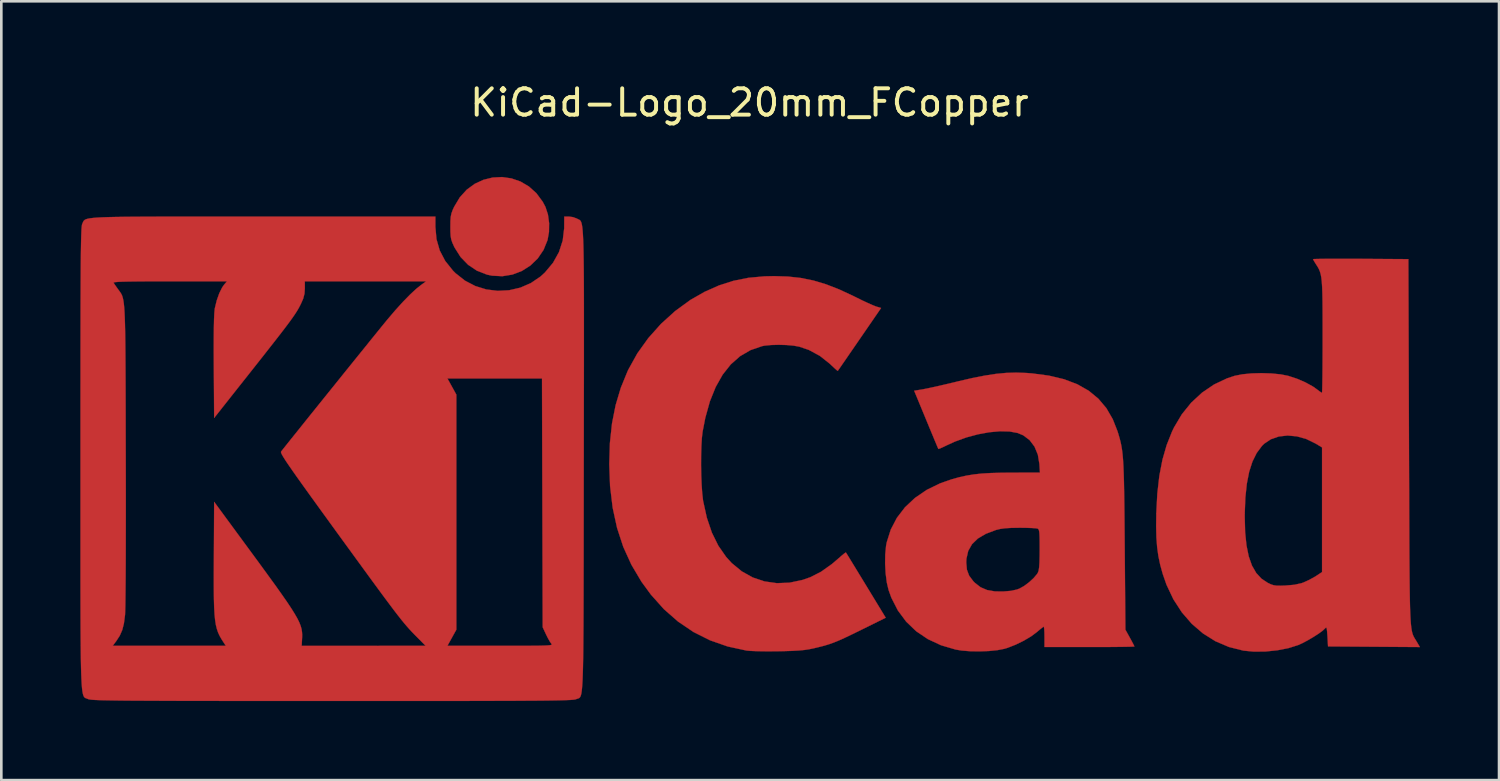
<source format=kicad_pcb>
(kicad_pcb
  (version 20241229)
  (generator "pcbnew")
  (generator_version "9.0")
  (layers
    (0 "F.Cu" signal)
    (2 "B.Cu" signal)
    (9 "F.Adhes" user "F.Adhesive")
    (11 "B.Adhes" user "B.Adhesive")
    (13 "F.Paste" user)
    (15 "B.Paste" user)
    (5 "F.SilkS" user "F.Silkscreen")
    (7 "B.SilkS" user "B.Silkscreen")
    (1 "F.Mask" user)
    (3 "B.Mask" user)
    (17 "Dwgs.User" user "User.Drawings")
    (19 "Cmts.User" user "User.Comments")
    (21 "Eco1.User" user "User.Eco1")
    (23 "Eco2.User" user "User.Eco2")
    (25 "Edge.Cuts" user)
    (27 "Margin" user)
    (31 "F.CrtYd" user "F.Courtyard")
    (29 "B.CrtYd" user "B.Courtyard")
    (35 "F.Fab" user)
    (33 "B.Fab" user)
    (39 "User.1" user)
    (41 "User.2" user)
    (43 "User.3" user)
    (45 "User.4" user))
  (footprint "KiCad-Logo_20mm_FCopper"
    (layer "F.Cu")
    (at 25.405 13.548)
    (property "Reference" "KiCad-Logo_20mm_FCopper" (at 0 -12.7 0) (layer "F.SilkS") (effects (font (size 1 1) (thickness 0.15))))
    (attr exclude_from_pos_files exclude_from_bom)
    (fp_poly (pts (xy -9.038 -9.825) (xy -8.696 -9.707) (xy -8.378 -9.52) (xy -8.094 -9.266) (xy -7.854 -8.943) (xy -7.746 -8.74) (xy -7.653 -8.455) (xy -7.608 -8.127) (xy -7.613 -7.79) (xy -7.668 -7.484) (xy -7.82 -7.11) (xy -8.04 -6.786) (xy -8.318 -6.518) (xy -8.641 -6.312) (xy -8.999 -6.175) (xy -9.381 -6.112) (xy -9.775 -6.132) (xy -9.969 -6.173) (xy -10.347 -6.32) (xy -10.683 -6.545) (xy -10.969 -6.84) (xy -11.196 -7.198) (xy -11.216 -7.238) (xy -11.282 -7.385) (xy -11.324 -7.508) (xy -11.346 -7.639) (xy -11.356 -7.807) (xy -11.357 -7.989) (xy -11.355 -8.208) (xy -11.343 -8.366) (xy -11.317 -8.494) (xy -11.271 -8.622) (xy -11.213 -8.748) (xy -10.999 -9.106) (xy -10.735 -9.397) (xy -10.432 -9.619) (xy -10.101 -9.772) (xy -9.751 -9.858) (xy -9.393 -9.876) (xy -9.038 -9.825)) (stroke (width 0.01) (type solid)) (fill yes) (layer "F.Cu"))
    (fp_poly (pts (xy 1.459 -6.099) (xy 1.95 -6.045) (xy 2.425 -5.949) (xy 2.905 -5.805) (xy 3.408 -5.609) (xy 3.953 -5.355) (xy 4.052 -5.306) (xy 4.277 -5.195) (xy 4.49 -5.095) (xy 4.669 -5.016) (xy 4.793 -4.966) (xy 4.812 -4.96) (xy 4.995 -4.905) (xy 4.177 -3.716) (xy 3.977 -3.425) (xy 3.794 -3.16) (xy 3.635 -2.928) (xy 3.505 -2.74) (xy 3.411 -2.604) (xy 3.359 -2.529) (xy 3.35 -2.517) (xy 3.316 -2.541) (xy 3.231 -2.616) (xy 3.112 -2.727) (xy 3.046 -2.79) (xy 2.671 -3.087) (xy 2.251 -3.314) (xy 1.889 -3.437) (xy 1.672 -3.476) (xy 1.399 -3.5) (xy 1.105 -3.508) (xy 0.819 -3.5) (xy 0.574 -3.476) (xy 0.477 -3.457) (xy 0.037 -3.306) (xy -0.359 -3.075) (xy -0.712 -2.764) (xy -1.02 -2.375) (xy -1.284 -1.907) (xy -1.504 -1.362) (xy -1.678 -0.738) (xy -1.782 -0.205) (xy -1.809 0.031) (xy -1.827 0.335) (xy -1.837 0.686) (xy -1.839 1.062) (xy -1.833 1.442) (xy -1.818 1.802) (xy -1.796 2.122) (xy -1.767 2.38) (xy -1.761 2.42) (xy -1.62 3.06) (xy -1.428 3.626) (xy -1.183 4.122) (xy -0.885 4.549) (xy -0.674 4.78) (xy -0.294 5.093) (xy 0.122 5.325) (xy 0.569 5.475) (xy 1.038 5.542) (xy 1.522 5.523) (xy 2.016 5.418) (xy 2.307 5.316) (xy 2.711 5.111) (xy 3.127 4.816) (xy 3.36 4.617) (xy 3.491 4.502) (xy 3.593 4.418) (xy 3.652 4.377) (xy 3.659 4.376) (xy 3.685 4.417) (xy 3.753 4.527) (xy 3.856 4.696) (xy 3.99 4.915) (xy 4.147 5.173) (xy 4.324 5.462) (xy 4.422 5.623) (xy 5.171 6.854) (xy 4.236 7.316) (xy 3.897 7.482) (xy 3.623 7.613) (xy 3.397 7.715) (xy 3.201 7.795) (xy 3.019 7.86) (xy 2.835 7.916) (xy 2.631 7.968) (xy 2.435 8.015) (xy 2.261 8.051) (xy 2.08 8.078) (xy 1.872 8.098) (xy 1.62 8.112) (xy 1.305 8.122) (xy 1.092 8.126) (xy 0.79 8.129) (xy 0.499 8.128) (xy 0.241 8.122) (xy 0.033 8.113) (xy -0.105 8.101) (xy -0.113 8.1) (xy -0.828 7.945) (xy -1.499 7.711) (xy -2.127 7.396) (xy -2.71 7.002) (xy -3.25 6.529) (xy -3.744 5.976) (xy -4.103 5.485) (xy -4.484 4.842) (xy -4.793 4.163) (xy -5.029 3.443) (xy -5.196 2.675) (xy -5.294 1.855) (xy -5.325 1.023) (xy -5.3 0.218) (xy -5.22 -0.525) (xy -5.083 -1.218) (xy -4.887 -1.874) (xy -4.629 -2.506) (xy -4.598 -2.571) (xy -4.258 -3.183) (xy -3.841 -3.764) (xy -3.358 -4.305) (xy -2.821 -4.791) (xy -2.243 -5.212) (xy -1.703 -5.52) (xy -1.158 -5.762) (xy -0.613 -5.937) (xy -0.044 -6.051) (xy 0.567 -6.107) (xy 0.933 -6.115) (xy 1.459 -6.099)) (stroke (width 0.01) (type solid)) (fill yes) (layer "F.Cu"))
    (fp_poly (pts (xy 22.685 -6.774) (xy 23.072 -6.772) (xy 23.204 -6.772) (xy 25.013 -6.76) (xy 25.036 0.182) (xy 25.039 1.123) (xy 25.042 1.978) (xy 25.044 2.751) (xy 25.047 3.445) (xy 25.049 4.067) (xy 25.052 4.619) (xy 25.056 5.107) (xy 25.06 5.535) (xy 25.065 5.907) (xy 25.071 6.228) (xy 25.078 6.502) (xy 25.087 6.734) (xy 25.097 6.928) (xy 25.109 7.088) (xy 25.123 7.219) (xy 25.139 7.325) (xy 25.157 7.411) (xy 25.178 7.482) (xy 25.201 7.54) (xy 25.227 7.592) (xy 25.255 7.641) (xy 25.287 7.692) (xy 25.322 7.749) (xy 25.329 7.761) (xy 25.45 7.967) (xy 21.963 7.943) (xy 21.941 7.56) (xy 21.928 7.376) (xy 21.915 7.27) (xy 21.898 7.228) (xy 21.871 7.237) (xy 21.849 7.261) (xy 21.754 7.349) (xy 21.598 7.463) (xy 21.403 7.588) (xy 21.192 7.712) (xy 20.987 7.82) (xy 20.83 7.891) (xy 20.46 8.008) (xy 20.037 8.09) (xy 19.59 8.136) (xy 19.152 8.141) (xy 18.753 8.103) (xy 18.746 8.101) (xy 18.2 7.964) (xy 17.689 7.746) (xy 17.218 7.451) (xy 16.791 7.085) (xy 16.415 6.651) (xy 16.092 6.154) (xy 15.83 5.6) (xy 15.687 5.189) (xy 15.592 4.846) (xy 15.522 4.513) (xy 15.475 4.171) (xy 15.447 3.8) (xy 15.437 3.378) (xy 15.442 3.034) (xy 18.801 3.034) (xy 18.816 3.611) (xy 18.867 4.107) (xy 18.953 4.528) (xy 19.076 4.876) (xy 19.238 5.157) (xy 19.44 5.375) (xy 19.674 5.529) (xy 19.796 5.587) (xy 19.901 5.621) (xy 20.019 5.637) (xy 20.177 5.638) (xy 20.347 5.632) (xy 20.682 5.603) (xy 20.947 5.545) (xy 21.03 5.516) (xy 21.22 5.43) (xy 21.421 5.323) (xy 21.508 5.269) (xy 21.736 5.12) (xy 21.736 0.388) (xy 21.485 0.238) (xy 21.136 0.068) (xy 20.779 -0.032) (xy 20.428 -0.064) (xy 20.095 -0.027) (xy 19.794 0.077) (xy 19.538 0.248) (xy 19.455 0.33) (xy 19.255 0.599) (xy 19.094 0.924) (xy 18.969 1.312) (xy 18.88 1.767) (xy 18.824 2.296) (xy 18.801 2.903) (xy 18.801 3.034) (xy 15.442 3.034) (xy 15.443 2.891) (xy 15.482 2.142) (xy 15.559 1.466) (xy 15.677 0.854) (xy 15.838 0.295) (xy 16.043 -0.219) (xy 16.117 -0.372) (xy 16.413 -0.87) (xy 16.77 -1.312) (xy 17.18 -1.691) (xy 17.636 -2.001) (xy 18.128 -2.234) (xy 18.422 -2.331) (xy 18.712 -2.388) (xy 19.06 -2.422) (xy 19.438 -2.432) (xy 19.817 -2.42) (xy 20.166 -2.385) (xy 20.447 -2.33) (xy 20.781 -2.221) (xy 21.105 -2.081) (xy 21.389 -1.925) (xy 21.54 -1.818) (xy 21.644 -1.739) (xy 21.716 -1.691) (xy 21.733 -1.684) (xy 21.738 -1.728) (xy 21.743 -1.854) (xy 21.747 -2.054) (xy 21.751 -2.318) (xy 21.754 -2.637) (xy 21.756 -3.002) (xy 21.758 -3.406) (xy 21.758 -3.816) (xy 21.758 -4.343) (xy 21.757 -4.786) (xy 21.754 -5.156) (xy 21.748 -5.46) (xy 21.739 -5.706) (xy 21.726 -5.905) (xy 21.708 -6.063) (xy 21.684 -6.189) (xy 21.654 -6.292) (xy 21.617 -6.381) (xy 21.572 -6.463) (xy 21.518 -6.548) (xy 21.511 -6.558) (xy 21.442 -6.668) (xy 21.4 -6.743) (xy 21.394 -6.759) (xy 21.438 -6.764) (xy 21.563 -6.768) (xy 21.76 -6.771) (xy 22.019 -6.773) (xy 22.331 -6.774) (xy 22.685 -6.774)) (stroke (width 0.01) (type solid)) (fill yes) (layer "F.Cu"))
    (fp_poly (pts (xy 10.502 -2.439) (xy 10.727 -2.422) (xy 11.372 -2.336) (xy 11.944 -2.2) (xy 12.444 -2.01) (xy 12.876 -1.765) (xy 13.243 -1.463) (xy 13.547 -1.103) (xy 13.791 -0.683) (xy 13.97 -0.228) (xy 14.015 -0.082) (xy 14.054 0.054) (xy 14.088 0.188) (xy 14.117 0.327) (xy 14.142 0.479) (xy 14.163 0.651) (xy 14.18 0.851) (xy 14.194 1.085) (xy 14.205 1.362) (xy 14.215 1.687) (xy 14.222 2.069) (xy 14.229 2.516) (xy 14.235 3.033) (xy 14.24 3.629) (xy 14.244 4.097) (xy 14.27 7.306) (xy 14.441 7.615) (xy 14.522 7.764) (xy 14.582 7.879) (xy 14.611 7.941) (xy 14.612 7.945) (xy 14.568 7.95) (xy 14.443 7.954) (xy 14.247 7.958) (xy 13.99 7.961) (xy 13.681 7.964) (xy 13.331 7.965) (xy 12.95 7.966) (xy 12.905 7.966) (xy 11.198 7.966) (xy 11.198 7.579) (xy 11.195 7.404) (xy 11.187 7.27) (xy 11.176 7.199) (xy 11.171 7.192) (xy 11.126 7.22) (xy 11.033 7.293) (xy 10.912 7.395) (xy 10.909 7.398) (xy 10.689 7.562) (xy 10.41 7.727) (xy 10.105 7.876) (xy 9.805 7.994) (xy 9.673 8.034) (xy 9.41 8.085) (xy 9.087 8.118) (xy 8.735 8.131) (xy 8.381 8.126) (xy 8.057 8.1) (xy 7.829 8.063) (xy 7.272 7.899) (xy 6.771 7.666) (xy 6.328 7.367) (xy 5.948 7.003) (xy 5.633 6.579) (xy 5.386 6.096) (xy 5.28 5.804) (xy 5.213 5.519) (xy 5.169 5.178) (xy 5.148 4.811) (xy 5.149 4.757) (xy 8.228 4.757) (xy 8.253 5.03) (xy 8.338 5.257) (xy 8.495 5.467) (xy 8.556 5.529) (xy 8.77 5.695) (xy 9.018 5.802) (xy 9.315 5.854) (xy 9.628 5.858) (xy 9.925 5.833) (xy 10.152 5.783) (xy 10.251 5.746) (xy 10.428 5.646) (xy 10.617 5.504) (xy 10.789 5.345) (xy 10.917 5.193) (xy 10.951 5.137) (xy 10.977 5.059) (xy 10.996 4.934) (xy 11.008 4.751) (xy 11.014 4.498) (xy 11.016 4.257) (xy 11.015 3.976) (xy 11.011 3.773) (xy 11.004 3.634) (xy 10.991 3.547) (xy 10.972 3.498) (xy 10.945 3.473) (xy 10.936 3.469) (xy 10.863 3.457) (xy 10.718 3.448) (xy 10.521 3.441) (xy 10.292 3.438) (xy 10.242 3.438) (xy 9.936 3.443) (xy 9.699 3.457) (xy 9.511 3.484) (xy 9.356 3.522) (xy 8.97 3.668) (xy 8.668 3.847) (xy 8.447 4.062) (xy 8.303 4.317) (xy 8.235 4.613) (xy 8.228 4.757) (xy 5.149 4.757) (xy 5.153 4.45) (xy 5.184 4.126) (xy 5.208 3.995) (xy 5.361 3.51) (xy 5.594 3.063) (xy 5.903 2.66) (xy 6.283 2.304) (xy 6.729 1.999) (xy 7.238 1.751) (xy 7.67 1.6) (xy 7.959 1.52) (xy 8.235 1.459) (xy 8.517 1.413) (xy 8.822 1.38) (xy 9.168 1.36) (xy 9.573 1.349) (xy 9.94 1.346) (xy 11.026 1.343) (xy 11.005 1.016) (xy 10.946 0.662) (xy 10.82 0.358) (xy 10.633 0.11) (xy 10.391 -0.072) (xy 10.177 -0.161) (xy 9.87 -0.217) (xy 9.506 -0.225) (xy 9.1 -0.188) (xy 8.67 -0.109) (xy 8.232 0.009) (xy 7.805 0.164) (xy 7.495 0.305) (xy 7.345 0.377) (xy 7.231 0.428) (xy 7.173 0.447) (xy 7.17 0.447) (xy 7.15 0.403) (xy 7.1 0.285) (xy 7.025 0.106) (xy 6.93 -0.123) (xy 6.818 -0.392) (xy 6.705 -0.666) (xy 6.251 -1.764) (xy 6.574 -1.817) (xy 6.714 -1.844) (xy 6.924 -1.889) (xy 7.186 -1.947) (xy 7.483 -2.016) (xy 7.796 -2.09) (xy 7.92 -2.121) (xy 8.46 -2.246) (xy 8.932 -2.339) (xy 9.355 -2.404) (xy 9.745 -2.441) (xy 10.122 -2.452) (xy 10.502 -2.439)) (stroke (width 0.01) (type solid)) (fill yes) (layer "F.Cu"))
    (fp_poly (pts (xy -19.746 -8.376) (xy -18.869 -8.376) (xy -18.461 -8.376) (xy -11.926 -8.376) (xy -11.926 -7.99) (xy -11.885 -7.522) (xy -11.761 -7.089) (xy -11.553 -6.691) (xy -11.259 -6.324) (xy -11.16 -6.225) (xy -10.803 -5.943) (xy -10.409 -5.738) (xy -9.991 -5.609) (xy -9.559 -5.556) (xy -9.126 -5.579) (xy -8.702 -5.677) (xy -8.301 -5.851) (xy -7.933 -6.101) (xy -7.768 -6.252) (xy -7.46 -6.621) (xy -7.234 -7.027) (xy -7.092 -7.466) (xy -7.036 -7.931) (xy -7.036 -7.977) (xy -7.033 -8.376) (xy -6.858 -8.376) (xy -6.702 -8.355) (xy -6.561 -8.303) (xy -6.551 -8.298) (xy -6.519 -8.281) (xy -6.49 -8.268) (xy -6.463 -8.255) (xy -6.438 -8.238) (xy -6.416 -8.214) (xy -6.396 -8.178) (xy -6.378 -8.127) (xy -6.362 -8.057) (xy -6.348 -7.964) (xy -6.336 -7.845) (xy -6.325 -7.695) (xy -6.316 -7.512) (xy -6.308 -7.29) (xy -6.302 -7.027) (xy -6.297 -6.719) (xy -6.293 -6.361) (xy -6.29 -5.951) (xy -6.288 -5.484) (xy -6.287 -4.957) (xy -6.287 -4.365) (xy -6.287 -3.705) (xy -6.287 -2.974) (xy -6.288 -2.167) (xy -6.29 -1.281) (xy -6.291 -0.312) (xy -6.292 0.744) (xy -6.293 0.873) (xy -6.294 1.935) (xy -6.295 2.911) (xy -6.296 3.803) (xy -6.297 4.615) (xy -6.299 5.352) (xy -6.3 6.016) (xy -6.302 6.611) (xy -6.304 7.142) (xy -6.308 7.613) (xy -6.311 8.026) (xy -6.316 8.385) (xy -6.322 8.695) (xy -6.329 8.96) (xy -6.337 9.182) (xy -6.347 9.366) (xy -6.358 9.515) (xy -6.37 9.634) (xy -6.384 9.726) (xy -6.401 9.795) (xy -6.419 9.844) (xy -6.439 9.877) (xy -6.462 9.899) (xy -6.486 9.913) (xy -6.514 9.922) (xy -6.544 9.931) (xy -6.576 9.942) (xy -6.584 9.946) (xy -6.609 9.954) (xy -6.651 9.962) (xy -6.713 9.968) (xy -6.8 9.975) (xy -6.914 9.98) (xy -7.06 9.985) (xy -7.241 9.99) (xy -7.46 9.994) (xy -7.722 9.998) (xy -8.03 10.001) (xy -8.388 10.003) (xy -8.8 10.006) (xy -9.268 10.008) (xy -9.797 10.009) (xy -10.39 10.011) (xy -11.051 10.012) (xy -11.784 10.012) (xy -12.593 10.013) (xy -13.48 10.013) (xy -14.45 10.013) (xy -15.506 10.013) (xy -15.848 10.013) (xy -16.927 10.013) (xy -17.919 10.013) (xy -18.828 10.012) (xy -19.656 10.012) (xy -20.409 10.011) (xy -21.089 10.01) (xy -21.699 10.009) (xy -22.245 10.007) (xy -22.73 10.005) (xy -23.156 10.003) (xy -23.529 10.001) (xy -23.851 9.998) (xy -24.126 9.994) (xy -24.359 9.99) (xy -24.552 9.986) (xy -24.709 9.981) (xy -24.835 9.976) (xy -24.933 9.97) (xy -25.006 9.963) (xy -25.058 9.956) (xy -25.093 9.948) (xy -25.112 9.941) (xy -25.146 9.927) (xy -25.178 9.916) (xy -25.206 9.905) (xy -25.232 9.891) (xy -25.256 9.869) (xy -25.277 9.836) (xy -25.296 9.788) (xy -25.313 9.721) (xy -25.329 9.631) (xy -25.342 9.515) (xy -25.353 9.369) (xy -25.363 9.189) (xy -25.372 8.972) (xy -25.379 8.713) (xy -25.385 8.409) (xy -25.389 8.056) (xy -25.39 7.92) (xy -24.176 7.92) (xy -19.882 7.92) (xy -19.964 7.795) (xy -20.046 7.667) (xy -20.116 7.544) (xy -20.174 7.419) (xy -20.221 7.283) (xy -20.259 7.128) (xy -20.288 6.944) (xy -20.31 6.724) (xy -20.325 6.458) (xy -20.334 6.138) (xy -20.338 5.757) (xy -20.339 5.304) (xy -20.337 4.771) (xy -20.336 4.573) (xy -20.325 2.454) (xy -18.982 4.282) (xy -18.601 4.8) (xy -18.272 5.252) (xy -17.989 5.642) (xy -17.751 5.978) (xy -17.552 6.264) (xy -17.39 6.508) (xy -17.262 6.714) (xy -17.162 6.889) (xy -17.089 7.039) (xy -17.038 7.17) (xy -17.006 7.287) (xy -16.989 7.398) (xy -16.983 7.507) (xy -16.986 7.621) (xy -16.987 7.635) (xy -17.002 7.921) (xy -14.649 7.921) (xy -12.296 7.92) (xy -12.646 7.567) (xy -12.741 7.471) (xy -12.831 7.377) (xy -12.92 7.281) (xy -13.012 7.176) (xy -13.112 7.059) (xy -13.222 6.924) (xy -13.347 6.765) (xy -13.491 6.578) (xy -13.657 6.357) (xy -13.851 6.098) (xy -14.075 5.794) (xy -14.334 5.441) (xy -14.631 5.034) (xy -14.971 4.567) (xy -15.358 4.036) (xy -15.675 3.6) (xy -16.072 3.052) (xy -16.419 2.573) (xy -16.718 2.159) (xy -16.973 1.804) (xy -17.187 1.504) (xy -17.362 1.255) (xy -17.502 1.052) (xy -17.611 0.891) (xy -17.69 0.766) (xy -17.744 0.674) (xy -17.776 0.61) (xy -17.788 0.569) (xy -17.784 0.548) (xy -17.74 0.491) (xy -17.644 0.37) (xy -17.503 0.193) (xy -17.322 -0.033) (xy -17.106 -0.302) (xy -16.863 -0.606) (xy -16.597 -0.937) (xy -16.314 -1.289) (xy -16.02 -1.654) (xy -15.72 -2.026) (xy -15.556 -2.23) (xy -11.469 -2.23) (xy -11.13 -1.616) (xy -11.13 7.306) (xy -11.469 7.92) (xy -9.46 7.92) (xy -8.981 7.92) (xy -8.584 7.92) (xy -8.264 7.918) (xy -8.012 7.916) (xy -7.821 7.912) (xy -7.683 7.906) (xy -7.59 7.898) (xy -7.536 7.888) (xy -7.512 7.875) (xy -7.51 7.859) (xy -7.524 7.84) (xy -7.524 7.84) (xy -7.582 7.757) (xy -7.658 7.622) (xy -7.725 7.487) (xy -7.852 7.215) (xy -7.865 2.492) (xy -7.878 -2.23) (xy -11.469 -2.23) (xy -15.556 -2.23) (xy -15.422 -2.397) (xy -15.129 -2.76) (xy -14.849 -3.107) (xy -14.586 -3.432) (xy -14.348 -3.728) (xy -14.138 -3.987) (xy -13.964 -4.202) (xy -13.831 -4.365) (xy -13.752 -4.461) (xy -13.448 -4.818) (xy -13.156 -5.14) (xy -12.885 -5.417) (xy -12.646 -5.638) (xy -12.477 -5.773) (xy -12.277 -5.918) (xy -16.883 -5.918) (xy -16.882 -5.647) (xy -16.895 -5.449) (xy -16.943 -5.264) (xy -17.018 -5.09) (xy -17.067 -4.991) (xy -17.119 -4.893) (xy -17.18 -4.79) (xy -17.254 -4.674) (xy -17.346 -4.54) (xy -17.461 -4.381) (xy -17.603 -4.191) (xy -17.778 -3.962) (xy -17.99 -3.689) (xy -18.244 -3.365) (xy -18.544 -2.983) (xy -18.896 -2.537) (xy -18.936 -2.487) (xy -20.325 -0.731) (xy -20.338 -2.676) (xy -20.341 -3.258) (xy -20.34 -3.751) (xy -20.336 -4.157) (xy -20.329 -4.476) (xy -20.318 -4.711) (xy -20.304 -4.862) (xy -20.3 -4.891) (xy -20.226 -5.195) (xy -20.129 -5.468) (xy -20.019 -5.688) (xy -19.953 -5.782) (xy -19.839 -5.918) (xy -22.007 -5.918) (xy -22.525 -5.917) (xy -22.957 -5.916) (xy -23.312 -5.913) (xy -23.594 -5.909) (xy -23.81 -5.904) (xy -23.967 -5.897) (xy -24.07 -5.888) (xy -24.127 -5.877) (xy -24.143 -5.864) (xy -24.142 -5.861) (xy -24.096 -5.791) (xy -24.019 -5.681) (xy -23.98 -5.626) (xy -23.938 -5.57) (xy -23.902 -5.52) (xy -23.869 -5.472) (xy -23.839 -5.419) (xy -23.813 -5.358) (xy -23.791 -5.283) (xy -23.771 -5.189) (xy -23.754 -5.072) (xy -23.74 -4.927) (xy -23.728 -4.748) (xy -23.718 -4.532) (xy -23.71 -4.272) (xy -23.703 -3.964) (xy -23.698 -3.604) (xy -23.694 -3.186) (xy -23.691 -2.706) (xy -23.688 -2.158) (xy -23.686 -1.537) (xy -23.684 -0.84) (xy -23.683 -0.061) (xy -23.681 0.656) (xy -23.679 1.454) (xy -23.678 2.216) (xy -23.678 2.936) (xy -23.679 3.61) (xy -23.68 4.232) (xy -23.682 4.799) (xy -23.685 5.304) (xy -23.689 5.744) (xy -23.693 6.113) (xy -23.697 6.406) (xy -23.703 6.619) (xy -23.708 6.746) (xy -23.71 6.76) (xy -23.75 7.069) (xy -23.813 7.318) (xy -23.908 7.535) (xy -24.047 7.749) (xy -24.065 7.772) (xy -24.176 7.92) (xy -25.39 7.92) (xy -25.393 7.65) (xy -25.396 7.188) (xy -25.398 6.666) (xy -25.399 6.079) (xy -25.4 5.425) (xy -25.4 4.7) (xy -25.4 3.899) (xy -25.4 3.019) (xy -25.4 2.056) (xy -25.4 1.007) (xy -25.4 0.799) (xy -25.4 -0.261) (xy -25.4 -1.234) (xy -25.399 -2.124) (xy -25.399 -2.933) (xy -25.398 -3.667) (xy -25.397 -4.328) (xy -25.396 -4.921) (xy -25.394 -5.448) (xy -25.392 -5.915) (xy -25.39 -6.324) (xy -25.387 -6.679) (xy -25.384 -6.985) (xy -25.38 -7.244) (xy -25.376 -7.461) (xy -25.371 -7.639) (xy -25.366 -7.782) (xy -25.361 -7.894) (xy -25.354 -7.978) (xy -25.347 -8.039) (xy -25.34 -8.079) (xy -25.331 -8.103) (xy -25.331 -8.104) (xy -25.314 -8.141) (xy -25.3 -8.174) (xy -25.284 -8.204) (xy -25.262 -8.231) (xy -25.23 -8.255) (xy -25.183 -8.277) (xy -25.118 -8.295) (xy -25.029 -8.311) (xy -24.912 -8.325) (xy -24.763 -8.337) (xy -24.577 -8.347) (xy -24.35 -8.355) (xy -24.079 -8.361) (xy -23.757 -8.366) (xy -23.381 -8.37) (xy -22.947 -8.372) (xy -22.45 -8.374) (xy -21.886 -8.375) (xy -21.25 -8.376) (xy -20.538 -8.376) (xy -19.746 -8.376)) (stroke (width 0.01) (type solid)) (fill yes) (layer "F.Cu")))
  (gr_rect
    (start -3 -3)
    (end 53.86 26.567)
    (stroke (width 0.1) (type default))
    (fill no)
    (layer "Edge.Cuts")))
</source>
